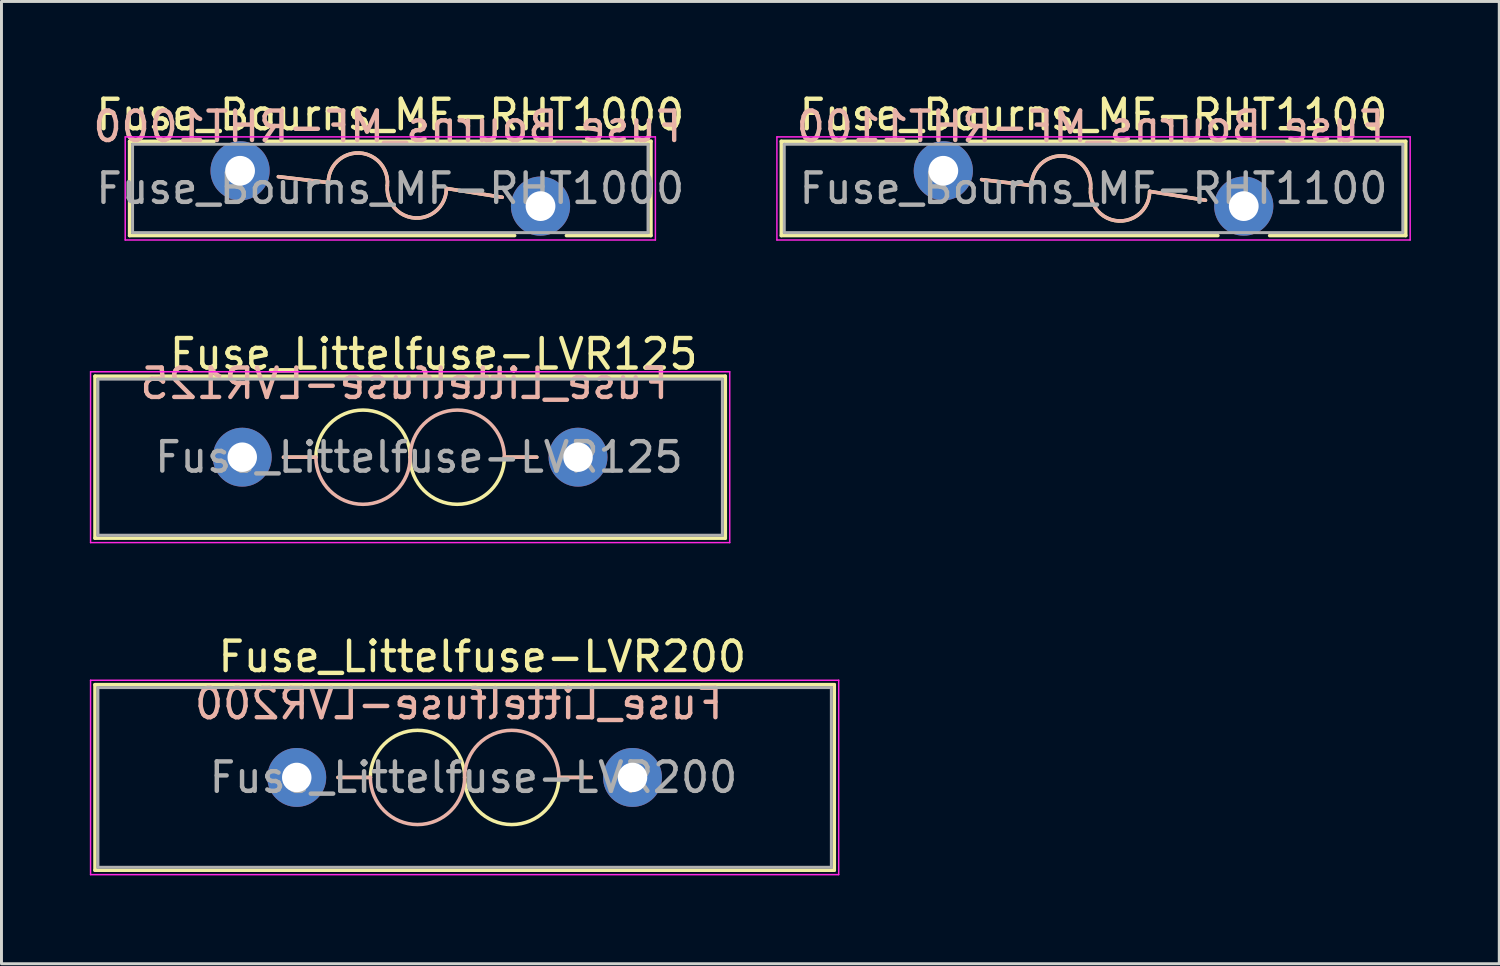
<source format=kicad_pcb>
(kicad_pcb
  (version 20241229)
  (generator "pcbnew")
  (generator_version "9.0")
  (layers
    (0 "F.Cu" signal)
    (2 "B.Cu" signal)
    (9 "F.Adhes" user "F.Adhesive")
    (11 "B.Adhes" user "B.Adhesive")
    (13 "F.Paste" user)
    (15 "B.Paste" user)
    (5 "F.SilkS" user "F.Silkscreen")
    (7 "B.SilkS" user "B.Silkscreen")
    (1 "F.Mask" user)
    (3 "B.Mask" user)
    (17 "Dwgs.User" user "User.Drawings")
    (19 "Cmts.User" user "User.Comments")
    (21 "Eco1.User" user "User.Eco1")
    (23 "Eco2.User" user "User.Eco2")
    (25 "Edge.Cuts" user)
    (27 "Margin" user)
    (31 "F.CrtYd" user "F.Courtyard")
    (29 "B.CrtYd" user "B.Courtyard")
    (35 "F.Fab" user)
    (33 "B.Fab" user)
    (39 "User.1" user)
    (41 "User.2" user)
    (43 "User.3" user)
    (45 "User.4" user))
  (footprint "Fuse_Littelfuse-LVR200"
    (layer "F.Cu")
    (at 7.025 23.345)
    (property "Reference" "Fuse_Littelfuse-LVR200" (at 6.3 -4.1 0) (layer "F.SilkS") (effects (font (size 1 1) (thickness 0.15))))
    (fp_line (start -6.85 -3.15) (end -6.85 3.15) (stroke (width 0.12) (type solid)) (layer "F.SilkS"))
    (fp_line (start -6.85 -3.15) (end 18.25 -3.15) (stroke (width 0.12) (type solid)) (layer "F.SilkS"))
    (fp_line (start 1.4 0) (end 2.5 0) (stroke (width 0.12) (type solid)) (layer "F.SilkS"))
    (fp_line (start 8.9 0) (end 10 0) (stroke (width 0.12) (type solid)) (layer "F.SilkS"))
    (fp_line (start 18.25 3.15) (end -6.85 3.15) (stroke (width 0.12) (type solid)) (layer "F.SilkS"))
    (fp_line (start 18.25 3.15) (end 18.25 -3.15) (stroke (width 0.12) (type solid)) (layer "F.SilkS"))
    (fp_arc (start 2.5 0) (mid 4.1 -1.6) (end 5.7 0) (stroke (width 0.12) (type solid)) (layer "F.SilkS"))
    (fp_arc (start 8.9 0) (mid 7.3 1.6) (end 5.7 0) (stroke (width 0.12) (type solid)) (layer "F.SilkS"))
    (fp_line (start 2.5 0) (end 1.4 0) (stroke (width 0.12) (type solid)) (layer "B.SilkS"))
    (fp_line (start 10 0) (end 8.9 0) (stroke (width 0.12) (type solid)) (layer "B.SilkS"))
    (fp_arc (start 5.7 0) (mid 4.1 1.6) (end 2.5 0) (stroke (width 0.12) (type solid)) (layer "B.SilkS"))
    (fp_arc (start 5.7 0) (mid 7.3 -1.6) (end 8.9 0) (stroke (width 0.12) (type solid)) (layer "B.SilkS"))
    (fp_line (start -7 -3.3) (end -7 3.3) (stroke (width 0.05) (type solid)) (layer "F.CrtYd"))
    (fp_line (start -7 -3.3) (end 18.4 -3.3) (stroke (width 0.05) (type solid)) (layer "F.CrtYd"))
    (fp_line (start 18.4 3.3) (end -7 3.3) (stroke (width 0.05) (type solid)) (layer "F.CrtYd"))
    (fp_line (start 18.4 3.3) (end 18.4 -3.3) (stroke (width 0.05) (type solid)) (layer "F.CrtYd"))
    (fp_line (start -6.75 -3.05) (end -6.75 3.05) (stroke (width 0.1) (type solid)) (layer "F.Fab"))
    (fp_line (start -6.75 3.05) (end 18.15 3.05) (stroke (width 0.1) (type solid)) (layer "F.Fab"))
    (fp_line (start 18.15 -3.05) (end -6.75 -3.05) (stroke (width 0.1) (type solid)) (layer "F.Fab"))
    (fp_line (start 18.15 3.05) (end 18.15 -3.05) (stroke (width 0.1) (type solid)) (layer "F.Fab"))
    (fp_text user "${REFERENCE}" (at 5.5 -2.5 0) (layer "B.SilkS") (effects (font (size 1 1) (thickness 0.15)) (justify mirror)))
    (fp_text user "${REFERENCE}" (at 6 0 0) (layer "F.Fab") (effects (font (size 1 1) (thickness 0.15))))
    (pad "1" thru_hole circle (at 0 0) (size 2 2) (drill 1) (layers "*.Cu" "*.Mask"))
    (pad "2" thru_hole circle (at 11.4 0) (size 2 2) (drill 1) (layers "*.Cu" "*.Mask")))
  (footprint "Fuse_Bourns_MF-RHT1100"
    (layer "F.Cu")
    (at 28.977 2.748)
    (property "Reference" "Fuse_Bourns_MF-RHT1100" (at 5.1 -1.9 0) (layer "F.SilkS") (effects (font (size 1 1) (thickness 0.15))))
    (fp_line (start -5.5 -1) (end -5.5 2.2) (stroke (width 0.12) (type solid)) (layer "F.SilkS"))
    (fp_line (start -5.5 -1) (end -0.879 -1) (stroke (width 0.12) (type solid)) (layer "F.SilkS"))
    (fp_line (start -5.5 2.2) (end 9.322 2.2) (stroke (width 0.12) (type solid)) (layer "F.SilkS"))
    (fp_line (start 0.879 -1) (end 15.7 -1) (stroke (width 0.12) (type solid)) (layer "F.SilkS"))
    (fp_line (start 1.3 0.3) (end 2.995 0.5) (stroke (width 0.12) (type solid)) (layer "F.SilkS"))
    (fp_line (start 7.005 0.7) (end 8.9 1) (stroke (width 0.12) (type solid)) (layer "F.SilkS"))
    (fp_line (start 11.079 2.2) (end 15.7 2.2) (stroke (width 0.12) (type solid)) (layer "F.SilkS"))
    (fp_line (start 15.7 -1) (end 15.7 2.2) (stroke (width 0.12) (type solid)) (layer "F.SilkS"))
    (fp_arc (start 2.995014 0.5) (mid 4.050062 -0.503737) (end 4.999999 0.599999) (stroke (width 0.12) (type solid)) (layer "F.SilkS"))
    (fp_arc (start 7.004986 0.7) (mid 5.949938 1.703737) (end 5.000001 0.600001) (stroke (width 0.12) (type solid)) (layer "F.SilkS"))
    (fp_line (start 1.3 0.3) (end 2.995 0.5) (stroke (width 0.12) (type solid)) (layer "B.SilkS"))
    (fp_line (start 7.005 0.7) (end 8.9 1) (stroke (width 0.12) (type solid)) (layer "B.SilkS"))
    (fp_arc (start 2.995017 0.500001) (mid 4.050058 -0.503639) (end 4.999999 0.599999) (stroke (width 0.12) (type solid)) (layer "B.SilkS"))
    (fp_arc (start 7.004983 0.699999) (mid 5.949942 1.703639) (end 5.000001 0.600001) (stroke (width 0.12) (type solid)) (layer "B.SilkS"))
    (fp_line (start -5.65 -1.15) (end -5.65 2.35) (stroke (width 0.05) (type solid)) (layer "F.CrtYd"))
    (fp_line (start -5.65 2.35) (end 15.85 2.35) (stroke (width 0.05) (type solid)) (layer "F.CrtYd"))
    (fp_line (start 15.85 -1.15) (end -5.65 -1.15) (stroke (width 0.05) (type solid)) (layer "F.CrtYd"))
    (fp_line (start 15.85 2.35) (end 15.85 -1.15) (stroke (width 0.05) (type solid)) (layer "F.CrtYd"))
    (fp_line (start -5.4 -0.9) (end -5.4 2.1) (stroke (width 0.1) (type solid)) (layer "F.Fab"))
    (fp_line (start -5.4 2.1) (end 15.6 2.1) (stroke (width 0.1) (type solid)) (layer "F.Fab"))
    (fp_line (start 15.6 -0.9) (end -5.4 -0.9) (stroke (width 0.1) (type solid)) (layer "F.Fab"))
    (fp_line (start 15.6 2.1) (end 15.6 -0.9) (stroke (width 0.1) (type solid)) (layer "F.Fab"))
    (fp_text user "${REFERENCE}" (at 5 -1.5 0) (layer "B.SilkS") (effects (font (size 1 1) (thickness 0.15)) (justify mirror)))
    (fp_text user "${REFERENCE}" (at 5.1 0.6 0) (layer "F.Fab") (effects (font (size 1 1) (thickness 0.15))))
    (pad "1" thru_hole circle (at 0 0) (size 2.01 2.01) (drill 1.01) (layers "*.Cu" "*.Mask"))
    (pad "2" thru_hole circle (at 10.2 1.2) (size 2.01 2.01) (drill 1.01) (layers "*.Cu" "*.Mask")))
  (footprint "Fuse_Littelfuse-LVR125"
    (layer "F.Cu")
    (at 5.175 12.472)
    (property "Reference" "Fuse_Littelfuse-LVR125" (at 6.5 -3.5 0) (layer "F.SilkS") (effects (font (size 1 1) (thickness 0.15))))
    (fp_line (start -5 -2.75) (end -5 2.75) (stroke (width 0.12) (type solid)) (layer "F.SilkS"))
    (fp_line (start -5 -2.75) (end 16.4 -2.75) (stroke (width 0.12) (type solid)) (layer "F.SilkS"))
    (fp_line (start 1.4 0) (end 2.5 0) (stroke (width 0.12) (type solid)) (layer "F.SilkS"))
    (fp_line (start 8.9 0) (end 10 0) (stroke (width 0.12) (type solid)) (layer "F.SilkS"))
    (fp_line (start 16.4 2.75) (end -5 2.75) (stroke (width 0.12) (type solid)) (layer "F.SilkS"))
    (fp_line (start 16.4 2.75) (end 16.4 -2.75) (stroke (width 0.12) (type solid)) (layer "F.SilkS"))
    (fp_arc (start 2.5 0) (mid 4.1 -1.6) (end 5.7 0) (stroke (width 0.12) (type solid)) (layer "F.SilkS"))
    (fp_arc (start 8.9 0) (mid 7.3 1.6) (end 5.7 0) (stroke (width 0.12) (type solid)) (layer "F.SilkS"))
    (fp_line (start 1.4 0) (end 2.5 0) (stroke (width 0.12) (type solid)) (layer "B.SilkS"))
    (fp_line (start 8.9 0) (end 10 0) (stroke (width 0.12) (type solid)) (layer "B.SilkS"))
    (fp_arc (start 5.7 0) (mid 4.1 1.6) (end 2.5 0) (stroke (width 0.12) (type solid)) (layer "B.SilkS"))
    (fp_arc (start 5.7 0) (mid 7.3 -1.6) (end 8.9 0) (stroke (width 0.12) (type solid)) (layer "B.SilkS"))
    (fp_line (start -5.15 -2.9) (end -5.15 2.9) (stroke (width 0.05) (type solid)) (layer "F.CrtYd"))
    (fp_line (start -5.15 -2.9) (end 16.55 -2.9) (stroke (width 0.05) (type solid)) (layer "F.CrtYd"))
    (fp_line (start 16.55 2.9) (end -5.15 2.9) (stroke (width 0.05) (type solid)) (layer "F.CrtYd"))
    (fp_line (start 16.55 2.9) (end 16.55 -2.9) (stroke (width 0.05) (type solid)) (layer "F.CrtYd"))
    (fp_line (start -4.9 -2.65) (end -4.9 2.65) (stroke (width 0.1) (type solid)) (layer "F.Fab"))
    (fp_line (start -4.9 2.65) (end 16.3 2.65) (stroke (width 0.1) (type solid)) (layer "F.Fab"))
    (fp_line (start 16.3 -2.65) (end -4.9 -2.65) (stroke (width 0.1) (type solid)) (layer "F.Fab"))
    (fp_line (start 16.3 2.65) (end 16.3 -2.65) (stroke (width 0.1) (type solid)) (layer "F.Fab"))
    (fp_text user "${REFERENCE}" (at 5.5 -2.5 0) (layer "B.SilkS") (effects (font (size 1 1) (thickness 0.15)) (justify mirror)))
    (fp_text user "${REFERENCE}" (at 6 0 0) (layer "F.Fab") (effects (font (size 1 1) (thickness 0.15))))
    (pad "1" thru_hole circle (at 0 0) (size 2 2) (drill 1) (layers "*.Cu" "*.Mask"))
    (pad "2" thru_hole circle (at 11.4 0) (size 2 2) (drill 1) (layers "*.Cu" "*.Mask")))
  (footprint "Fuse_Bourns_MF-RHT1000"
    (layer "F.Cu")
    (at 5.101 2.748)
    (property "Reference" "Fuse_Bourns_MF-RHT1000" (at 5.1 -1.9 0) (layer "F.SilkS") (effects (font (size 1 1) (thickness 0.15))))
    (fp_line (start -3.751 -1) (end -3.751 2.2) (stroke (width 0.12) (type solid)) (layer "F.SilkS"))
    (fp_line (start -3.751 -1) (end -0.879 -1) (stroke (width 0.12) (type solid)) (layer "F.SilkS"))
    (fp_line (start -3.751 2.2) (end 9.322 2.2) (stroke (width 0.12) (type solid)) (layer "F.SilkS"))
    (fp_line (start 0.879 -1) (end 13.95 -1) (stroke (width 0.12) (type solid)) (layer "F.SilkS"))
    (fp_line (start 1.3 0.2) (end 2.995 0.4) (stroke (width 0.12) (type solid)) (layer "F.SilkS"))
    (fp_line (start 7.005 0.6) (end 8.9 0.9) (stroke (width 0.12) (type solid)) (layer "F.SilkS"))
    (fp_line (start 11.079 2.2) (end 13.95 2.2) (stroke (width 0.12) (type solid)) (layer "F.SilkS"))
    (fp_line (start 13.95 -1) (end 13.95 2.2) (stroke (width 0.12) (type solid)) (layer "F.SilkS"))
    (fp_arc (start 2.995014 0.4) (mid 4.050062 -0.603737) (end 4.999999 0.499999) (stroke (width 0.12) (type solid)) (layer "F.SilkS"))
    (fp_arc (start 7.004986 0.6) (mid 5.949938 1.603737) (end 5.000001 0.500001) (stroke (width 0.12) (type solid)) (layer "F.SilkS"))
    (fp_line (start 1.3 0.2) (end 2.995 0.4) (stroke (width 0.12) (type solid)) (layer "B.SilkS"))
    (fp_line (start 7.005 0.6) (end 8.9 0.9) (stroke (width 0.12) (type solid)) (layer "B.SilkS"))
    (fp_arc (start 2.995017 0.400001) (mid 4.050058 -0.603639) (end 4.999999 0.499999) (stroke (width 0.12) (type solid)) (layer "B.SilkS"))
    (fp_arc (start 7.004983 0.599999) (mid 5.949942 1.603639) (end 5.000001 0.500001) (stroke (width 0.12) (type solid)) (layer "B.SilkS"))
    (fp_line (start -3.9 -1.15) (end -3.9 2.35) (stroke (width 0.05) (type solid)) (layer "F.CrtYd"))
    (fp_line (start -3.9 2.35) (end 14.1 2.35) (stroke (width 0.05) (type solid)) (layer "F.CrtYd"))
    (fp_line (start 14.1 -1.15) (end -3.9 -1.15) (stroke (width 0.05) (type solid)) (layer "F.CrtYd"))
    (fp_line (start 14.1 2.35) (end 14.1 -1.15) (stroke (width 0.05) (type solid)) (layer "F.CrtYd"))
    (fp_line (start -3.65 -0.9) (end -3.65 2.1) (stroke (width 0.1) (type solid)) (layer "F.Fab"))
    (fp_line (start -3.65 2.1) (end 13.85 2.1) (stroke (width 0.1) (type solid)) (layer "F.Fab"))
    (fp_line (start 13.85 -0.9) (end -3.65 -0.9) (stroke (width 0.1) (type solid)) (layer "F.Fab"))
    (fp_line (start 13.85 2.1) (end 13.85 -0.9) (stroke (width 0.1) (type solid)) (layer "F.Fab"))
    (fp_text user "${REFERENCE}" (at 5 -1.5 0) (layer "B.SilkS") (effects (font (size 1 1) (thickness 0.15)) (justify mirror)))
    (fp_text user "${REFERENCE}" (at 5.1 0.6 0) (layer "F.Fab") (effects (font (size 1 1) (thickness 0.15))))
    (pad "1" thru_hole circle (at 0 0) (size 2.01 2.01) (drill 1.01) (layers "*.Cu" "*.Mask"))
    (pad "2" thru_hole circle (at 10.2 1.2) (size 2.01 2.01) (drill 1.01) (layers "*.Cu" "*.Mask")))
  (gr_rect
    (start -3 -3)
    (end 47.852 29.67)
    (stroke (width 0.1) (type default))
    (fill no)
    (layer "Edge.Cuts")))
</source>
